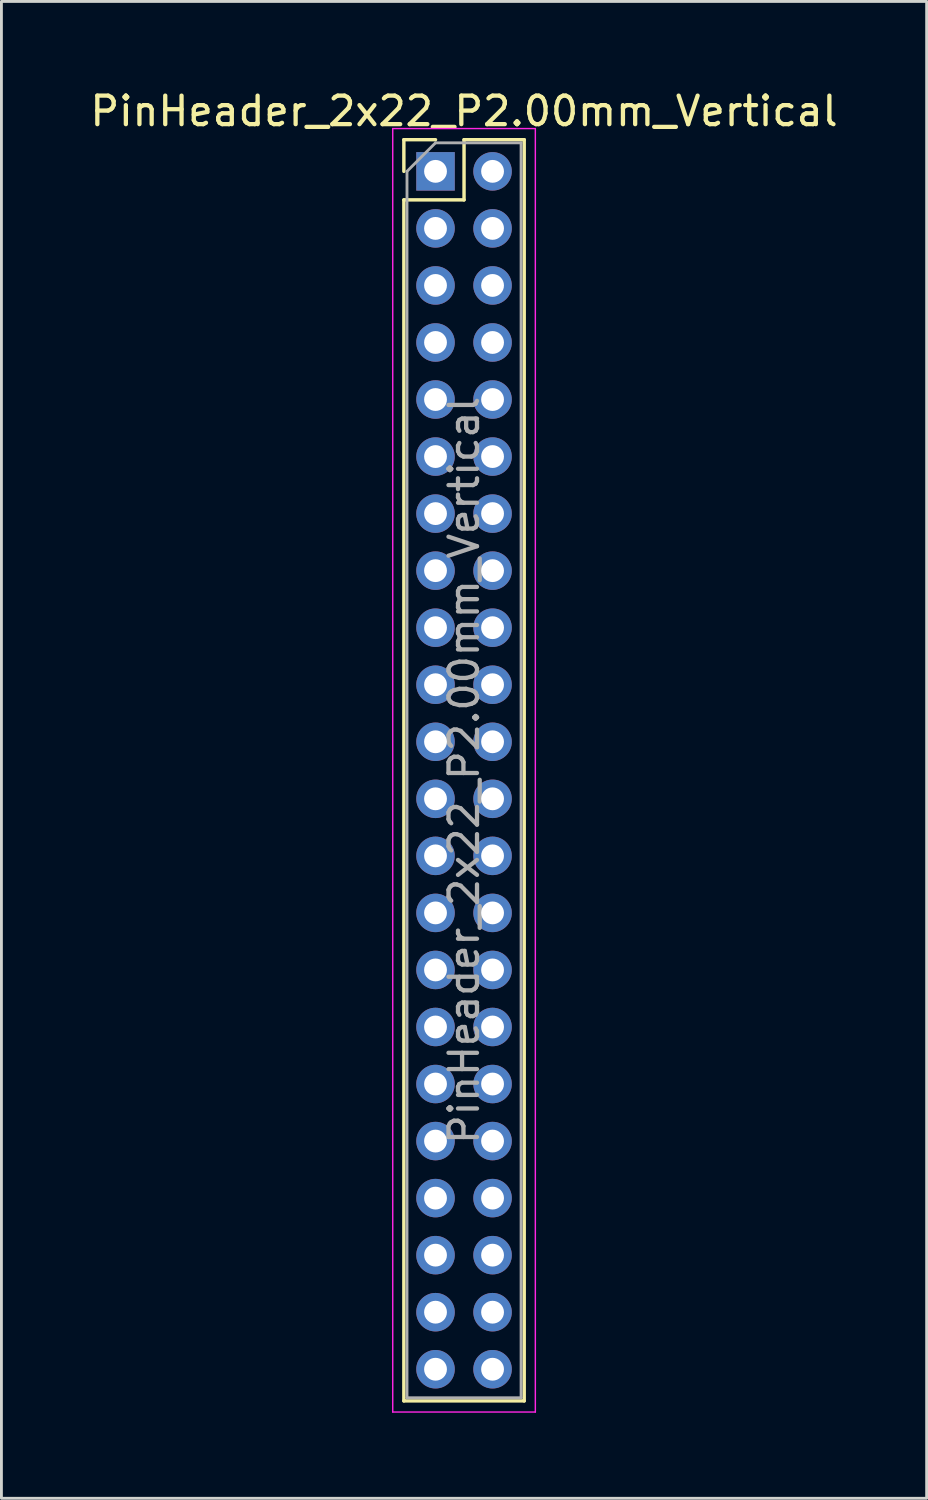
<source format=kicad_pcb>
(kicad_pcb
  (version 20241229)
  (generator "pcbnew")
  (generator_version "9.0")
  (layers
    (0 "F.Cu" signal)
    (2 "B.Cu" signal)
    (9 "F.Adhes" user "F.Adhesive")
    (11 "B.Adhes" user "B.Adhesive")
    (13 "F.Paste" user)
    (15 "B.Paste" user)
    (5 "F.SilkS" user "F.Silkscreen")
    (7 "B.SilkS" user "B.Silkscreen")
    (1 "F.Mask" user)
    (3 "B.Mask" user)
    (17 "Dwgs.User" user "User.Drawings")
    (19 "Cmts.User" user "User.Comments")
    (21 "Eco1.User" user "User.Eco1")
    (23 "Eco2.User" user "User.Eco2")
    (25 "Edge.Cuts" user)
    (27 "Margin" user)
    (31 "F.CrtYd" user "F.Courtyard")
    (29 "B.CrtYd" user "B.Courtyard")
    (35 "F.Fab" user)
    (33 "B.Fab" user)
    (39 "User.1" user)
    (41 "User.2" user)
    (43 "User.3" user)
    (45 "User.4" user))
  (footprint "PinHeader_2x22_P2.00mm_Vertical"
    (layer "F.Cu")
    (at 12.22 2.958)
    (property "Reference" "PinHeader_2x22_P2.00mm_Vertical" (at 1 -2.11 0) (layer "F.SilkS") (effects (font (size 1 1) (thickness 0.15))))
    (attr through_hole)
    (fp_line (start -1.11 -1.11) (end 0 -1.11) (stroke (width 0.12) (type solid)) (layer "F.SilkS"))
    (fp_line (start -1.11 0) (end -1.11 -1.11) (stroke (width 0.12) (type solid)) (layer "F.SilkS"))
    (fp_line (start -1.11 1) (end -1.11 43.11) (stroke (width 0.12) (type solid)) (layer "F.SilkS"))
    (fp_line (start -1.11 1) (end 1 1) (stroke (width 0.12) (type solid)) (layer "F.SilkS"))
    (fp_line (start -1.11 43.11) (end 3.11 43.11) (stroke (width 0.12) (type solid)) (layer "F.SilkS"))
    (fp_line (start 1 -1.11) (end 3.11 -1.11) (stroke (width 0.12) (type solid)) (layer "F.SilkS"))
    (fp_line (start 1 1) (end 1 -1.11) (stroke (width 0.12) (type solid)) (layer "F.SilkS"))
    (fp_line (start 3.11 -1.11) (end 3.11 43.11) (stroke (width 0.12) (type solid)) (layer "F.SilkS"))
    (fp_line (start -1.5 -1.5) (end -1.5 43.5) (stroke (width 0.05) (type solid)) (layer "F.CrtYd"))
    (fp_line (start -1.5 43.5) (end 3.5 43.5) (stroke (width 0.05) (type solid)) (layer "F.CrtYd"))
    (fp_line (start 3.5 -1.5) (end -1.5 -1.5) (stroke (width 0.05) (type solid)) (layer "F.CrtYd"))
    (fp_line (start 3.5 43.5) (end 3.5 -1.5) (stroke (width 0.05) (type solid)) (layer "F.CrtYd"))
    (fp_line (start -1 0) (end 0 -1) (stroke (width 0.1) (type solid)) (layer "F.Fab"))
    (fp_line (start -1 43) (end -1 0) (stroke (width 0.1) (type solid)) (layer "F.Fab"))
    (fp_line (start 0 -1) (end 3 -1) (stroke (width 0.1) (type solid)) (layer "F.Fab"))
    (fp_line (start 3 -1) (end 3 43) (stroke (width 0.1) (type solid)) (layer "F.Fab"))
    (fp_line (start 3 43) (end -1 43) (stroke (width 0.1) (type solid)) (layer "F.Fab"))
    (fp_text user "${REFERENCE}" (at 1 21 90) (layer "F.Fab") (effects (font (size 1 1) (thickness 0.15))))
    (pad "1" thru_hole rect (at 0 0) (size 1.35 1.35) (drill 0.8) (layers "*.Cu" "*.Mask"))
    (pad "2" thru_hole circle (at 2 0) (size 1.35 1.35) (drill 0.8) (layers "*.Cu" "*.Mask"))
    (pad "3" thru_hole circle (at 0 2) (size 1.35 1.35) (drill 0.8) (layers "*.Cu" "*.Mask"))
    (pad "4" thru_hole circle (at 2 2) (size 1.35 1.35) (drill 0.8) (layers "*.Cu" "*.Mask"))
    (pad "5" thru_hole circle (at 0 4) (size 1.35 1.35) (drill 0.8) (layers "*.Cu" "*.Mask"))
    (pad "6" thru_hole circle (at 2 4) (size 1.35 1.35) (drill 0.8) (layers "*.Cu" "*.Mask"))
    (pad "7" thru_hole circle (at 0 6) (size 1.35 1.35) (drill 0.8) (layers "*.Cu" "*.Mask"))
    (pad "8" thru_hole circle (at 2 6) (size 1.35 1.35) (drill 0.8) (layers "*.Cu" "*.Mask"))
    (pad "9" thru_hole circle (at 0 8) (size 1.35 1.35) (drill 0.8) (layers "*.Cu" "*.Mask"))
    (pad "10" thru_hole circle (at 2 8) (size 1.35 1.35) (drill 0.8) (layers "*.Cu" "*.Mask"))
    (pad "11" thru_hole circle (at 0 10) (size 1.35 1.35) (drill 0.8) (layers "*.Cu" "*.Mask"))
    (pad "12" thru_hole circle (at 2 10) (size 1.35 1.35) (drill 0.8) (layers "*.Cu" "*.Mask"))
    (pad "13" thru_hole circle (at 0 12) (size 1.35 1.35) (drill 0.8) (layers "*.Cu" "*.Mask"))
    (pad "14" thru_hole circle (at 2 12) (size 1.35 1.35) (drill 0.8) (layers "*.Cu" "*.Mask"))
    (pad "15" thru_hole circle (at 0 14) (size 1.35 1.35) (drill 0.8) (layers "*.Cu" "*.Mask"))
    (pad "16" thru_hole circle (at 2 14) (size 1.35 1.35) (drill 0.8) (layers "*.Cu" "*.Mask"))
    (pad "17" thru_hole circle (at 0 16) (size 1.35 1.35) (drill 0.8) (layers "*.Cu" "*.Mask"))
    (pad "18" thru_hole circle (at 2 16) (size 1.35 1.35) (drill 0.8) (layers "*.Cu" "*.Mask"))
    (pad "19" thru_hole circle (at 0 18) (size 1.35 1.35) (drill 0.8) (layers "*.Cu" "*.Mask"))
    (pad "20" thru_hole circle (at 2 18) (size 1.35 1.35) (drill 0.8) (layers "*.Cu" "*.Mask"))
    (pad "21" thru_hole circle (at 0 20) (size 1.35 1.35) (drill 0.8) (layers "*.Cu" "*.Mask"))
    (pad "22" thru_hole circle (at 2 20) (size 1.35 1.35) (drill 0.8) (layers "*.Cu" "*.Mask"))
    (pad "23" thru_hole circle (at 0 22) (size 1.35 1.35) (drill 0.8) (layers "*.Cu" "*.Mask"))
    (pad "24" thru_hole circle (at 2 22) (size 1.35 1.35) (drill 0.8) (layers "*.Cu" "*.Mask"))
    (pad "25" thru_hole circle (at 0 24) (size 1.35 1.35) (drill 0.8) (layers "*.Cu" "*.Mask"))
    (pad "26" thru_hole circle (at 2 24) (size 1.35 1.35) (drill 0.8) (layers "*.Cu" "*.Mask"))
    (pad "27" thru_hole circle (at 0 26) (size 1.35 1.35) (drill 0.8) (layers "*.Cu" "*.Mask"))
    (pad "28" thru_hole circle (at 2 26) (size 1.35 1.35) (drill 0.8) (layers "*.Cu" "*.Mask"))
    (pad "29" thru_hole circle (at 0 28) (size 1.35 1.35) (drill 0.8) (layers "*.Cu" "*.Mask"))
    (pad "30" thru_hole circle (at 2 28) (size 1.35 1.35) (drill 0.8) (layers "*.Cu" "*.Mask"))
    (pad "31" thru_hole circle (at 0 30) (size 1.35 1.35) (drill 0.8) (layers "*.Cu" "*.Mask"))
    (pad "32" thru_hole circle (at 2 30) (size 1.35 1.35) (drill 0.8) (layers "*.Cu" "*.Mask"))
    (pad "33" thru_hole circle (at 0 32) (size 1.35 1.35) (drill 0.8) (layers "*.Cu" "*.Mask"))
    (pad "34" thru_hole circle (at 2 32) (size 1.35 1.35) (drill 0.8) (layers "*.Cu" "*.Mask"))
    (pad "35" thru_hole circle (at 0 34) (size 1.35 1.35) (drill 0.8) (layers "*.Cu" "*.Mask"))
    (pad "36" thru_hole circle (at 2 34) (size 1.35 1.35) (drill 0.8) (layers "*.Cu" "*.Mask"))
    (pad "37" thru_hole circle (at 0 36) (size 1.35 1.35) (drill 0.8) (layers "*.Cu" "*.Mask"))
    (pad "38" thru_hole circle (at 2 36) (size 1.35 1.35) (drill 0.8) (layers "*.Cu" "*.Mask"))
    (pad "39" thru_hole circle (at 0 38) (size 1.35 1.35) (drill 0.8) (layers "*.Cu" "*.Mask"))
    (pad "40" thru_hole circle (at 2 38) (size 1.35 1.35) (drill 0.8) (layers "*.Cu" "*.Mask"))
    (pad "41" thru_hole circle (at 0 40) (size 1.35 1.35) (drill 0.8) (layers "*.Cu" "*.Mask"))
    (pad "42" thru_hole circle (at 2 40) (size 1.35 1.35) (drill 0.8) (layers "*.Cu" "*.Mask"))
    (pad "43" thru_hole circle (at 0 42) (size 1.35 1.35) (drill 0.8) (layers "*.Cu" "*.Mask"))
    (pad "44" thru_hole circle (at 2 42) (size 1.35 1.35) (drill 0.8) (layers "*.Cu" "*.Mask")))
  (gr_rect
    (start -3 -3)
    (end 29.44 49.483)
    (stroke (width 0.1) (type default))
    (fill no)
    (layer "Edge.Cuts")))
</source>
